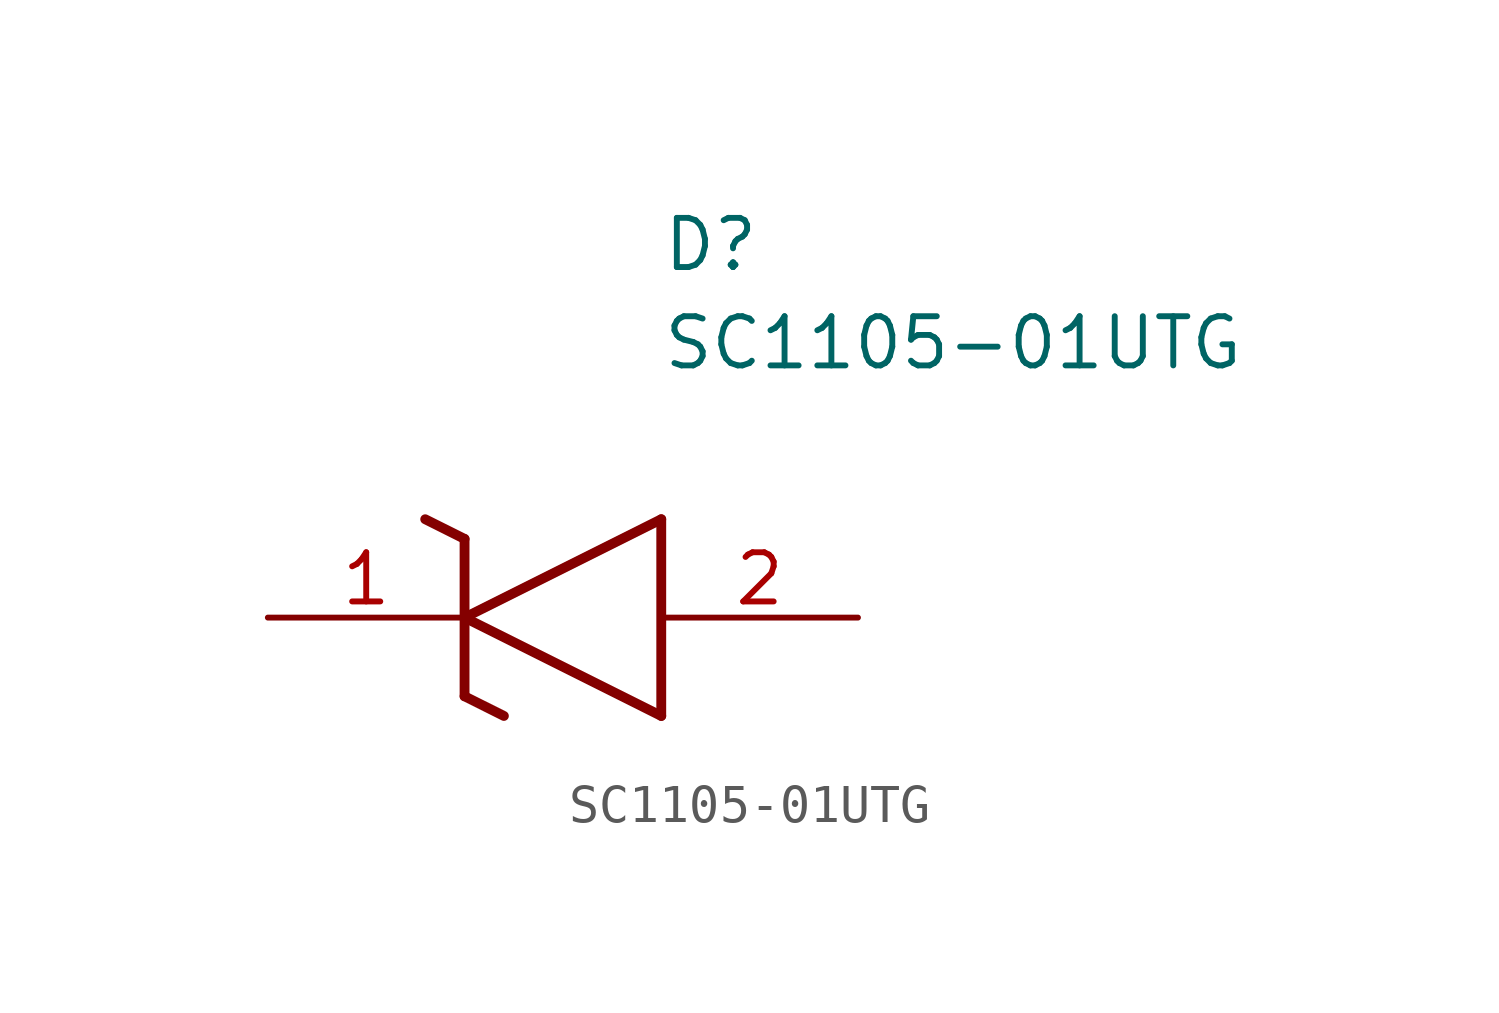
<source format=kicad_sym>
(kicad_symbol_lib
  (version 20211014)
  (generator SamacSys_ECAD_Model)
  (symbol "SC1105-01UTG"
    (pin_names hide)
    (property "Reference" "D"
      (at 10.16 8.89 0)
      (effects (font (size 1.27 1.27)) (justify left bottom)))
    (property "Value" "SC1105-01UTG"
      (at 10.16 6.35 0)
      (effects (font (size 1.27 1.27)) (justify left bottom)))
    (polyline
      (pts (xy 5.08 0) (xy 10.16 2.54))
      (stroke (width 0.254) (type default))
      (fill (type none)))
    (polyline
      (pts (xy 10.16 -2.54) (xy 10.16 2.54))
      (stroke (width 0.254) (type default))
      (fill (type none)))
    (polyline
      (pts (xy 10.16 -2.54) (xy 5.08 0))
      (stroke (width 0.254) (type default))
      (fill (type none)))
    (polyline
      (pts (xy 5.08 -2.032) (xy 6.096 -2.54))
      (stroke (width 0.254) (type default))
      (fill (type none)))
    (polyline
      (pts (xy 5.08 -2.032) (xy 5.08 2.032))
      (stroke (width 0.254) (type default))
      (fill (type none)))
    (polyline
      (pts (xy 4.064 2.54) (xy 5.08 2.032))
      (stroke (width 0.254) (type default))
      (fill (type none)))
    (pin passive line
      (at 0 0 0)
      (length 5.08)
      (name "K" (effects (font (size 1.27 1.27))))
      (number "1" (effects (font (size 1.27 1.27)))))
    (pin passive line
      (at 15.24 0 180)
      (length 5.08)
      (name "A" (effects (font (size 1.27 1.27))))
      (number "2" (effects (font (size 1.27 1.27)))))))
</source>
